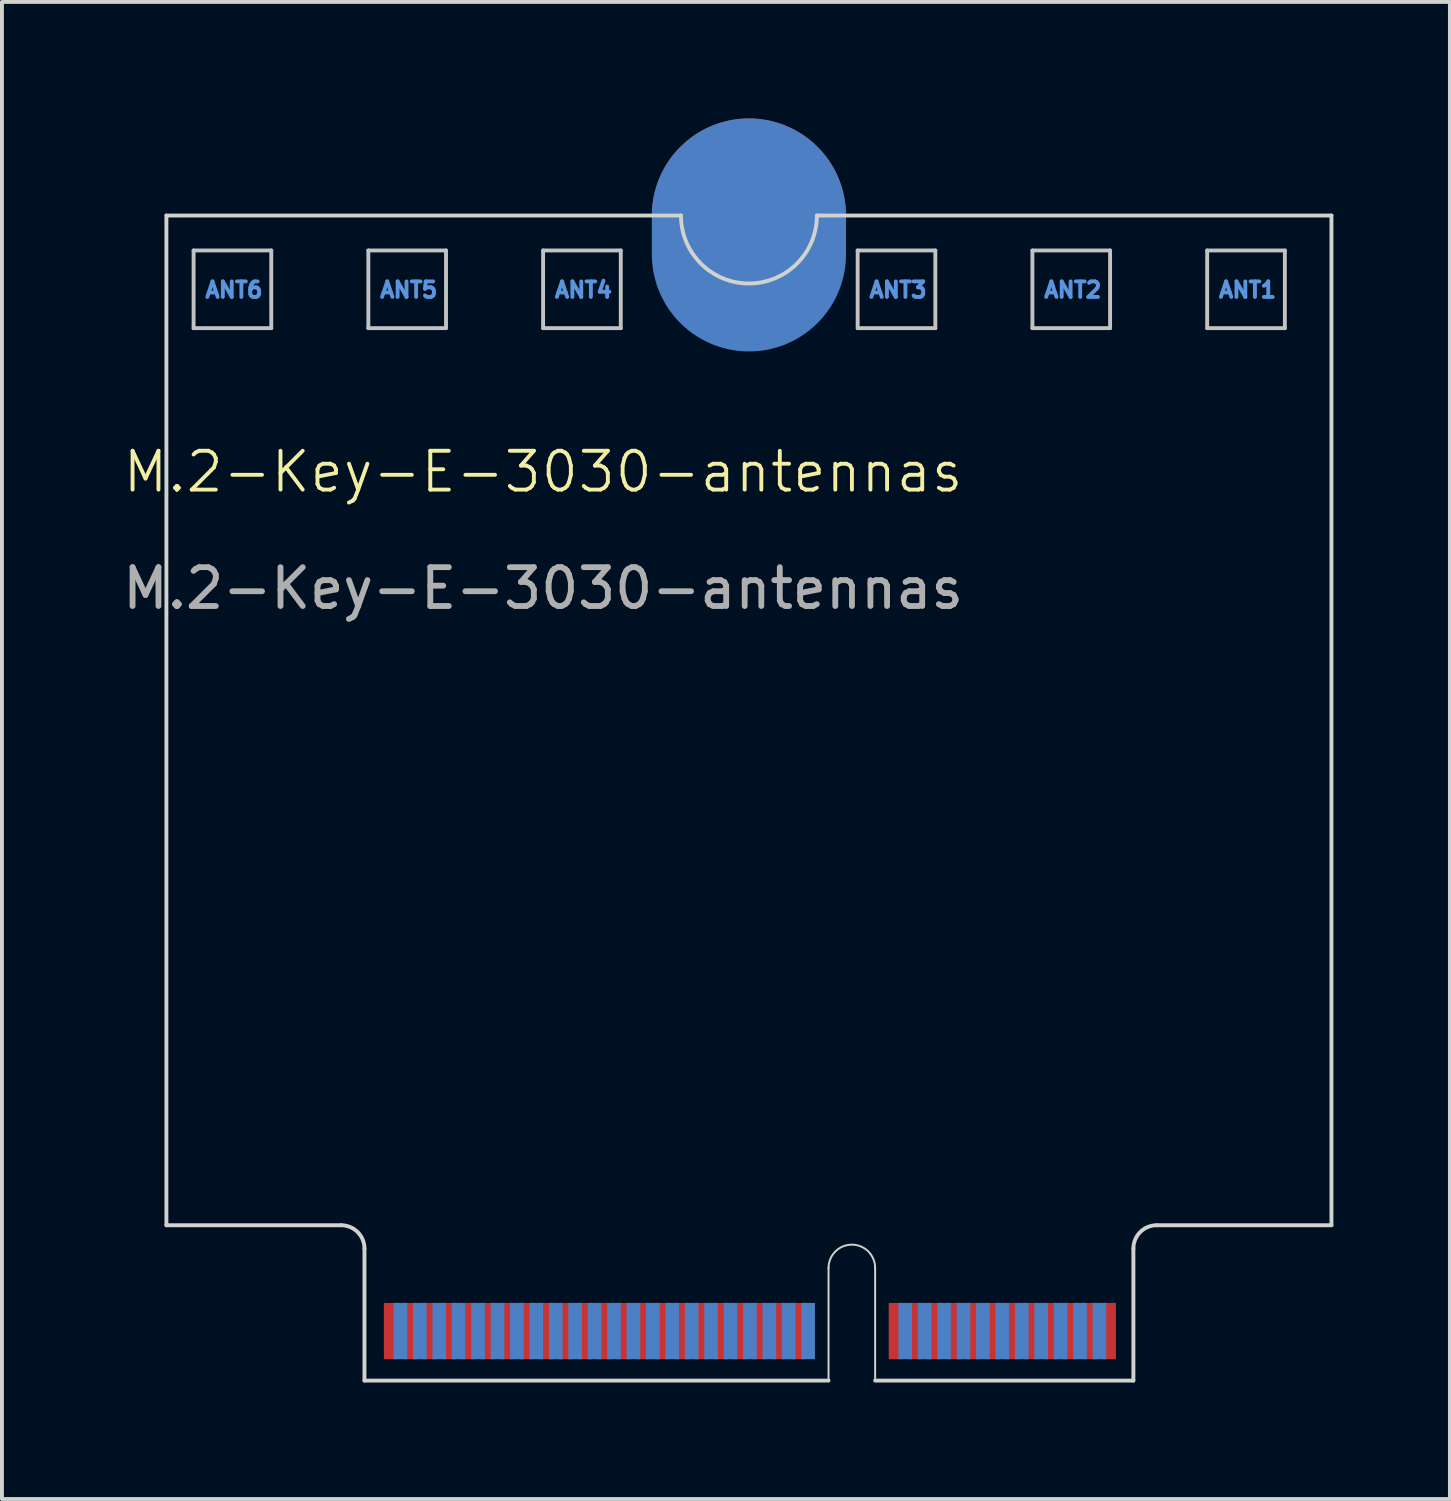
<source format=kicad_pcb>
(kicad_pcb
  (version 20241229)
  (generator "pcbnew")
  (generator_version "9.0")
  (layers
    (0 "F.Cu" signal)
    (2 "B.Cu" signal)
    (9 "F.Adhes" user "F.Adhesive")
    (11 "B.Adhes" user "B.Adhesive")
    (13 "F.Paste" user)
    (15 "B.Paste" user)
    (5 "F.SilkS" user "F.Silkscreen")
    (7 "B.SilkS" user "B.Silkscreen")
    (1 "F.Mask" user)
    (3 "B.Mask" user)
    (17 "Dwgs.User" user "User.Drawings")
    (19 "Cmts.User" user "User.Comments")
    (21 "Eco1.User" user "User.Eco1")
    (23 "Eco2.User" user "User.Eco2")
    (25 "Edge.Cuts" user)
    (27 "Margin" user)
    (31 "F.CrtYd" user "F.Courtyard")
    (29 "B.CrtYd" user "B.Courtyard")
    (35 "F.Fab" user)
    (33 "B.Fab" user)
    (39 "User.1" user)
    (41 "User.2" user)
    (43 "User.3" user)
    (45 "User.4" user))
  (footprint "M.2-Key-E-3030-antennas"
    (layer "F.Cu")
    (at 10.935 9.6)
    (property "Reference" "M.2-Key-E-3030-antennas" (at 0 -0.5 0) (unlocked yes) (layer "F.SilkS") (effects (font (size 1 1) (thickness 0.1))))
    (attr exclude_from_pos_files exclude_from_bom allow_missing_courtyard)
    (fp_line (start -9 -6.2) (end -7 -6.2) (stroke (width 0.1) (type default)) (layer "Dwgs.User"))
    (fp_line (start -9 -4.2) (end -9 -6.2) (stroke (width 0.1) (type default)) (layer "Dwgs.User"))
    (fp_line (start -7 -6.2) (end -7 -4.2) (stroke (width 0.1) (type default)) (layer "Dwgs.User"))
    (fp_line (start -7 -4.2) (end -9 -4.2) (stroke (width 0.1) (type default)) (layer "Dwgs.User"))
    (fp_line (start -4.5 -6.2) (end -2.5 -6.2) (stroke (width 0.1) (type default)) (layer "Dwgs.User"))
    (fp_line (start -4.5 -4.2) (end -4.5 -6.2) (stroke (width 0.1) (type default)) (layer "Dwgs.User"))
    (fp_line (start -2.5 -6.2) (end -2.5 -4.2) (stroke (width 0.1) (type default)) (layer "Dwgs.User"))
    (fp_line (start -2.5 -4.2) (end -4.5 -4.2) (stroke (width 0.1) (type default)) (layer "Dwgs.User"))
    (fp_line (start 0 -6.2) (end 2 -6.2) (stroke (width 0.1) (type default)) (layer "Dwgs.User"))
    (fp_line (start 0 -4.2) (end 0 -6.2) (stroke (width 0.1) (type default)) (layer "Dwgs.User"))
    (fp_line (start 2 -6.2) (end 2 -4.2) (stroke (width 0.1) (type default)) (layer "Dwgs.User"))
    (fp_line (start 2 -4.2) (end 0 -4.2) (stroke (width 0.1) (type default)) (layer "Dwgs.User"))
    (fp_line (start 8.1 -6.2) (end 10.1 -6.2) (stroke (width 0.1) (type default)) (layer "Dwgs.User"))
    (fp_line (start 8.1 -4.2) (end 8.1 -6.2) (stroke (width 0.1) (type default)) (layer "Dwgs.User"))
    (fp_line (start 10.1 -6.2) (end 10.1 -4.2) (stroke (width 0.1) (type default)) (layer "Dwgs.User"))
    (fp_line (start 10.1 -4.2) (end 8.1 -4.2) (stroke (width 0.1) (type default)) (layer "Dwgs.User"))
    (fp_line (start 12.6 -6.2) (end 14.6 -6.2) (stroke (width 0.1) (type default)) (layer "Dwgs.User"))
    (fp_line (start 12.6 -4.2) (end 12.6 -6.2) (stroke (width 0.1) (type default)) (layer "Dwgs.User"))
    (fp_line (start 14.6 -6.2) (end 14.6 -4.2) (stroke (width 0.1) (type default)) (layer "Dwgs.User"))
    (fp_line (start 14.6 -4.2) (end 12.6 -4.2) (stroke (width 0.1) (type default)) (layer "Dwgs.User"))
    (fp_line (start 17.1 -6.2) (end 19.1 -6.2) (stroke (width 0.1) (type default)) (layer "Dwgs.User"))
    (fp_line (start 17.1 -4.2) (end 17.1 -6.2) (stroke (width 0.1) (type default)) (layer "Dwgs.User"))
    (fp_line (start 19.1 -6.2) (end 19.1 -4.2) (stroke (width 0.1) (type default)) (layer "Dwgs.User"))
    (fp_line (start 19.1 -4.2) (end 17.1 -4.2) (stroke (width 0.1) (type default)) (layer "Dwgs.User"))
    (fp_line (start -9.7 -7.1) (end -9.7 18.9) (stroke (width 0.1) (type default)) (layer "Edge.Cuts"))
    (fp_line (start -9.7 -7.1) (end 3.55 -7.1) (stroke (width 0.1) (type default)) (layer "Edge.Cuts"))
    (fp_line (start -9.7 18.9) (end -5.2 18.9) (stroke (width 0.1) (type default)) (layer "Edge.Cuts"))
    (fp_line (start -4.6 19.5) (end -4.6 22.9) (stroke (width 0.1) (type default)) (layer "Edge.Cuts"))
    (fp_line (start -4.6 22.9) (end 7.35 22.9) (stroke (width 0.1) (type default)) (layer "Edge.Cuts"))
    (fp_line (start 7.05 -7.1) (end 20.3 -7.1) (stroke (width 0.1) (type default)) (layer "Edge.Cuts"))
    (fp_line (start 7.35 22.9) (end 7.35 20) (stroke (width 0.05) (type default)) (layer "Edge.Cuts"))
    (fp_line (start 8.55 20) (end 8.55 22.9) (stroke (width 0.05) (type default)) (layer "Edge.Cuts"))
    (fp_line (start 8.55 22.9) (end 15.2 22.9) (stroke (width 0.1) (type default)) (layer "Edge.Cuts"))
    (fp_line (start 15.2 19.5) (end 15.2 22.9) (stroke (width 0.1) (type default)) (layer "Edge.Cuts"))
    (fp_line (start 20.3 -7.1) (end 20.3 18.9) (stroke (width 0.1) (type default)) (layer "Edge.Cuts"))
    (fp_line (start 20.3 18.9) (end 15.8 18.9) (stroke (width 0.1) (type default)) (layer "Edge.Cuts"))
    (fp_arc (start -5.2 18.9) (mid -4.775736 19.075736) (end -4.6 19.5) (stroke (width 0.1) (type default)) (layer "Edge.Cuts"))
    (fp_arc (start 7.05 -7.1) (mid 5.3 -5.35) (end 3.55 -7.1) (stroke (width 0.1) (type default)) (layer "Edge.Cuts"))
    (fp_arc (start 7.35 20) (mid 7.95 19.4) (end 8.55 20) (stroke (width 0.05) (type default)) (layer "Edge.Cuts"))
    (fp_arc (start 15.2 19.5) (mid 15.375736 19.075736) (end 15.8 18.9) (stroke (width 0.1) (type default)) (layer "Edge.Cuts"))
    (fp_text user "ANT6" (at -8.75 -4.95 0) (unlocked yes) (layer "Cmts.User") (effects (font (size 0.4 0.4) (thickness 0.1) (bold yes)) (justify left bottom)))
    (fp_text user "ANT4" (at 0.25 -4.95 0) (unlocked yes) (layer "Cmts.User") (effects (font (size 0.4 0.4) (thickness 0.1) (bold yes)) (justify left bottom)))
    (fp_text user "ANT1" (at 17.35 -4.95 0) (unlocked yes) (layer "Cmts.User") (effects (font (size 0.4 0.4) (thickness 0.1) (bold yes)) (justify left bottom)))
    (fp_text user "ANT3" (at 8.35 -4.95 0) (unlocked yes) (layer "Cmts.User") (effects (font (size 0.4 0.4) (thickness 0.1) (bold yes)) (justify left bottom)))
    (fp_text user "ANT5" (at -4.25 -4.95 0) (unlocked yes) (layer "Cmts.User") (effects (font (size 0.4 0.4) (thickness 0.1) (bold yes)) (justify left bottom)))
    (fp_text user "ANT2" (at 12.85 -4.95 0) (unlocked yes) (layer "Cmts.User") (effects (font (size 0.4 0.4) (thickness 0.1) (bold yes)) (justify left bottom)))
    (fp_text user "${REFERENCE}" (at 0 2.5 0) (unlocked yes) (layer "F.Fab") (effects (font (size 1 1) (thickness 0.15))))
    (pad "1" connect rect (at 14.575 21.625) (size 0.35 1.45) (layers "F.Cu" "F.Mask"))
    (pad "2" connect rect (at 14.325 21.625) (size 0.35 1.45) (layers "B.Cu" "B.Mask"))
    (pad "3" connect rect (at 14.075 21.625) (size 0.35 1.45) (layers "F.Cu" "F.Mask"))
    (pad "4" connect rect (at 13.825 21.625) (size 0.35 1.45) (layers "B.Cu" "B.Mask"))
    (pad "5" connect rect (at 13.575 21.625) (size 0.35 1.45) (layers "F.Cu" "F.Mask"))
    (pad "6" connect rect (at 13.325 21.625) (size 0.35 1.45) (layers "B.Cu" "B.Mask"))
    (pad "7" connect rect (at 13.075 21.625) (size 0.35 1.45) (layers "F.Cu" "F.Mask"))
    (pad "8" connect rect (at 12.825 21.625) (size 0.35 1.45) (layers "B.Cu" "B.Mask"))
    (pad "9" connect rect (at 12.575 21.625) (size 0.35 1.45) (layers "F.Cu" "F.Mask"))
    (pad "10" connect rect (at 12.325 21.625) (size 0.35 1.45) (layers "B.Cu" "B.Mask"))
    (pad "11" connect rect (at 12.075 21.625) (size 0.35 1.45) (layers "F.Cu" "F.Mask"))
    (pad "12" connect rect (at 11.825 21.625) (size 0.35 1.45) (layers "B.Cu" "B.Mask"))
    (pad "13" connect rect (at 11.575 21.625) (size 0.35 1.45) (layers "F.Cu" "F.Mask"))
    (pad "14" connect rect (at 11.325 21.625) (size 0.35 1.45) (layers "B.Cu" "B.Mask"))
    (pad "15" connect rect (at 11.075 21.625) (size 0.35 1.45) (layers "F.Cu" "F.Mask"))
    (pad "16" connect rect (at 10.825 21.625) (size 0.35 1.45) (layers "B.Cu" "B.Mask"))
    (pad "17" connect rect (at 10.575 21.625) (size 0.35 1.45) (layers "F.Cu" "F.Mask"))
    (pad "18" connect rect (at 10.325 21.625) (size 0.35 1.45) (layers "B.Cu" "B.Mask"))
    (pad "19" connect rect (at 10.075 21.625) (size 0.35 1.45) (layers "F.Cu" "F.Mask"))
    (pad "20" connect rect (at 9.825 21.625) (size 0.35 1.45) (layers "B.Cu" "B.Mask"))
    (pad "21" connect rect (at 9.575 21.625) (size 0.35 1.45) (layers "F.Cu" "F.Mask"))
    (pad "22" connect rect (at 9.325 21.625) (size 0.35 1.45) (layers "B.Cu" "B.Mask"))
    (pad "23" connect rect (at 9.075 21.625) (size 0.35 1.45) (layers "F.Cu" "F.Mask"))
    (pad "32" connect rect (at 6.825 21.625) (size 0.35 1.45) (layers "B.Cu" "B.Mask"))
    (pad "33" connect rect (at 6.575 21.625) (size 0.35 1.45) (layers "F.Cu" "F.Mask"))
    (pad "34" connect rect (at 6.325 21.625) (size 0.35 1.45) (layers "B.Cu" "B.Mask"))
    (pad "35" connect rect (at 6.075 21.625) (size 0.35 1.45) (layers "F.Cu" "F.Mask"))
    (pad "36" connect rect (at 5.825 21.625) (size 0.35 1.45) (layers "B.Cu" "B.Mask"))
    (pad "37" connect rect (at 5.575 21.625) (size 0.35 1.45) (layers "F.Cu" "F.Mask"))
    (pad "38" connect rect (at 5.325 21.625) (size 0.35 1.45) (layers "B.Cu" "B.Mask"))
    (pad "39" connect rect (at 5.075 21.625) (size 0.35 1.45) (layers "F.Cu" "F.Mask"))
    (pad "40" connect rect (at 4.825 21.625) (size 0.35 1.45) (layers "B.Cu" "B.Mask"))
    (pad "41" connect rect (at 4.575 21.625) (size 0.35 1.45) (layers "F.Cu" "F.Mask"))
    (pad "42" connect rect (at 4.325 21.625) (size 0.35 1.45) (layers "B.Cu" "B.Mask"))
    (pad "43" connect rect (at 4.075 21.625) (size 0.35 1.45) (layers "F.Cu" "F.Mask"))
    (pad "44" connect rect (at 3.825 21.625) (size 0.35 1.45) (layers "B.Cu" "B.Mask"))
    (pad "45" connect rect (at 3.575 21.625) (size 0.35 1.45) (layers "F.Cu" "F.Mask"))
    (pad "46" connect rect (at 3.325 21.625) (size 0.35 1.45) (layers "B.Cu" "B.Mask"))
    (pad "47" connect rect (at 3.075 21.625) (size 0.35 1.45) (layers "F.Cu" "F.Mask"))
    (pad "48" connect rect (at 2.825 21.625) (size 0.35 1.45) (layers "B.Cu" "B.Mask"))
    (pad "49" connect rect (at 2.575 21.625) (size 0.35 1.45) (layers "F.Cu" "F.Mask"))
    (pad "50" connect rect (at 2.325 21.625) (size 0.35 1.45) (layers "B.Cu" "B.Mask"))
    (pad "51" connect rect (at 2.075 21.625) (size 0.35 1.45) (layers "F.Cu" "F.Mask"))
    (pad "52" connect rect (at 1.825 21.625) (size 0.35 1.45) (layers "B.Cu" "B.Mask"))
    (pad "53" connect rect (at 1.575 21.625) (size 0.35 1.45) (layers "F.Cu" "F.Mask"))
    (pad "54" connect rect (at 1.325 21.625) (size 0.35 1.45) (layers "B.Cu" "B.Mask"))
    (pad "55" connect rect (at 1.075 21.625) (size 0.35 1.45) (layers "F.Cu" "F.Mask"))
    (pad "56" connect rect (at 0.825 21.625) (size 0.35 1.45) (layers "B.Cu" "B.Mask"))
    (pad "57" connect rect (at 0.575 21.625) (size 0.35 1.45) (layers "F.Cu" "F.Mask"))
    (pad "58" connect rect (at 0.325 21.625) (size 0.35 1.45) (layers "B.Cu" "B.Mask"))
    (pad "59" connect rect (at 0.075 21.625) (size 0.35 1.45) (layers "F.Cu" "F.Mask"))
    (pad "60" connect rect (at -0.175 21.625) (size 0.35 1.45) (layers "B.Cu" "B.Mask"))
    (pad "61" connect rect (at -0.425 21.625) (size 0.35 1.45) (layers "F.Cu" "F.Mask"))
    (pad "62" connect rect (at -0.675 21.625) (size 0.35 1.45) (layers "B.Cu" "B.Mask"))
    (pad "63" connect rect (at -0.925 21.625) (size 0.35 1.45) (layers "F.Cu" "F.Mask"))
    (pad "64" connect rect (at -1.175 21.625) (size 0.35 1.45) (layers "B.Cu" "B.Mask"))
    (pad "65" connect rect (at -1.425 21.625) (size 0.35 1.45) (layers "F.Cu" "F.Mask"))
    (pad "66" connect rect (at -1.675 21.625) (size 0.35 1.45) (layers "B.Cu" "B.Mask"))
    (pad "67" connect rect (at -1.925 21.625) (size 0.35 1.45) (layers "F.Cu" "F.Mask"))
    (pad "68" connect rect (at -2.175 21.625) (size 0.35 1.45) (layers "B.Cu" "B.Mask"))
    (pad "69" connect rect (at -2.425 21.625) (size 0.35 1.45) (layers "F.Cu" "F.Mask"))
    (pad "70" connect rect (at -2.675 21.625) (size 0.35 1.45) (layers "B.Cu" "B.Mask"))
    (pad "71" connect rect (at -2.925 21.625) (size 0.35 1.45) (layers "F.Cu" "F.Mask"))
    (pad "72" connect rect (at -3.175 21.625) (size 0.35 1.45) (layers "B.Cu" "B.Mask"))
    (pad "73" connect rect (at -3.425 21.625) (size 0.35 1.45) (layers "F.Cu" "F.Mask"))
    (pad "74" connect rect (at -3.675 21.625) (size 0.35 1.45) (layers "B.Cu" "B.Mask"))
    (pad "75" connect rect (at -3.925 21.625) (size 0.35 1.45) (layers "F.Cu" "F.Mask"))
    (pad "76" connect circle (at 5.3 -7.1) (size 5 5) (layers "F.Cu" "F.Mask"))
    (pad "76" connect oval (at 5.3 -6.6) (size 5 6) (layers "B.Cu" "B.Mask"))
    (zone (net_name "") (layer "F.Cu") (name "TOP COMPONENT KEEPOUT") (hatch edge 0.5) (connect_pads) (min_thickness 0.25) (filled_areas_thickness no) (keepout (tracks allowed) (vias allowed) (pads allowed) (copperpour allowed) (footprints not_allowed)) (placement (enabled no)) (fill) (polygon (pts (xy 6.335 32.5) (xy 6.335 28.5) (xy 26.135 28.5) (xy 26.135 32.5))))
    (zone (net_name "") (layers "F.Cu" "B.Cu") (hatch edge 0.5) (connect_pads) (min_thickness 0.25) (filled_areas_thickness no) (keepout (tracks allowed) (vias allowed) (pads not_allowed) (copperpour allowed) (footprints not_allowed)) (placement (enabled no)) (fill) (polygon (pts (xy 31.235 2.5) (xy 31.235 6.2) (xy 30.035 6.2) (xy 30.035 3.4) (xy 28.035 3.4) (xy 28.035 5.4) (xy 30.035 5.4) (xy 30.035 6.2) (xy 25.535 6.2) (xy 25.535 3.4) (xy 23.535 3.4) (xy 23.535 5.4) (xy 25.535 5.4) (xy 25.535 6.2) (xy 21.035 6.2) (xy 21.035 3.4) (xy 19.035 3.4) (xy 19.035 5.4) (xy 21.035 5.4) (xy 21.035 6.2) (xy 12.935 6.2) (xy 12.935 3.4) (xy 10.935 3.4) (xy 10.935 5.4) (xy 12.935 5.4) (xy 12.935 6.2) (xy 8.435 6.2) (xy 8.435 3.4) (xy 6.435 3.4) (xy 6.435 5.4) (xy 8.435 5.4) (xy 8.435 6.2) (xy 3.935 6.2) (xy 3.935 3.4) (xy 1.935 3.4) (xy 1.935 5.4) (xy 3.935 5.4) (xy 3.935 6.2) (xy 1.235 6.2) (xy 1.235 2.5))))
    (zone (net_name "") (layers "F.Cu" "Dwgs.User") (name "ANT1") (hatch edge 0.5) (connect_pads) (min_thickness 0.25) (filled_areas_thickness no) (keepout (tracks allowed) (vias allowed) (pads allowed) (copperpour not_allowed) (footprints allowed)) (placement (enabled no)) (fill) (polygon (pts (xy 1.935 3.4) (xy 3.935 3.4) (xy 3.935 5.4) (xy 1.935 5.4))))
    (zone (net_name "") (layers "F.Cu" "Dwgs.User") (name "ANT1") (hatch edge 0.5) (connect_pads) (min_thickness 0.25) (filled_areas_thickness no) (keepout (tracks allowed) (vias allowed) (pads allowed) (copperpour not_allowed) (footprints allowed)) (placement (enabled no)) (fill) (polygon (pts (xy 6.435 3.4) (xy 8.435 3.4) (xy 8.435 5.4) (xy 6.435 5.4))))
    (zone (net_name "") (layers "F.Cu" "Dwgs.User") (name "ANT1") (hatch edge 0.5) (connect_pads) (min_thickness 0.25) (filled_areas_thickness no) (keepout (tracks allowed) (vias allowed) (pads allowed) (copperpour not_allowed) (footprints allowed)) (placement (enabled no)) (fill) (polygon (pts (xy 10.935 3.4) (xy 12.935 3.4) (xy 12.935 5.4) (xy 10.935 5.4))))
    (zone (net_name "") (layers "F.Cu" "Dwgs.User") (name "ANT1") (hatch edge 0.5) (connect_pads) (min_thickness 0.25) (filled_areas_thickness no) (keepout (tracks allowed) (vias allowed) (pads allowed) (copperpour not_allowed) (footprints allowed)) (placement (enabled no)) (fill) (polygon (pts (xy 19.035 3.4) (xy 21.035 3.4) (xy 21.035 5.4) (xy 19.035 5.4))))
    (zone (net_name "") (layers "F.Cu" "Dwgs.User") (name "ANT1") (hatch edge 0.5) (connect_pads) (min_thickness 0.25) (filled_areas_thickness no) (keepout (tracks allowed) (vias allowed) (pads allowed) (copperpour not_allowed) (footprints allowed)) (placement (enabled no)) (fill) (polygon (pts (xy 23.535 3.4) (xy 25.535 3.4) (xy 25.535 5.4) (xy 23.535 5.4))))
    (zone (net_name "") (layers "F.Cu" "Dwgs.User") (name "ANT1") (hatch edge 0.5) (connect_pads) (min_thickness 0.25) (filled_areas_thickness no) (keepout (tracks allowed) (vias allowed) (pads allowed) (copperpour not_allowed) (footprints allowed)) (placement (enabled no)) (fill) (polygon (pts (xy 28.035 3.4) (xy 30.035 3.4) (xy 30.035 5.4) (xy 28.035 5.4))))
    (zone (net_name "") (layer "B.Cu") (name "BOTTOM COMPONENT KEEPOUT") (hatch edge 0.5) (connect_pads) (min_thickness 0.25) (filled_areas_thickness no) (keepout (tracks allowed) (vias allowed) (pads allowed) (copperpour allowed) (footprints not_allowed)) (placement (enabled no)) (fill) (polygon (pts (xy 6.335 32.5) (xy 26.135 32.5) (xy 26.135 28.5) (xy 27.235 28.5) (xy 27.235 27.3) (xy 5.235 27.3) (xy 5.235 28.5) (xy 6.335 28.5)))))
  (gr_rect
    (start -3 -3)
    (end 34.285 35.55)
    (stroke (width 0.1) (type default))
    (fill no)
    (layer "Edge.Cuts")))
</source>
